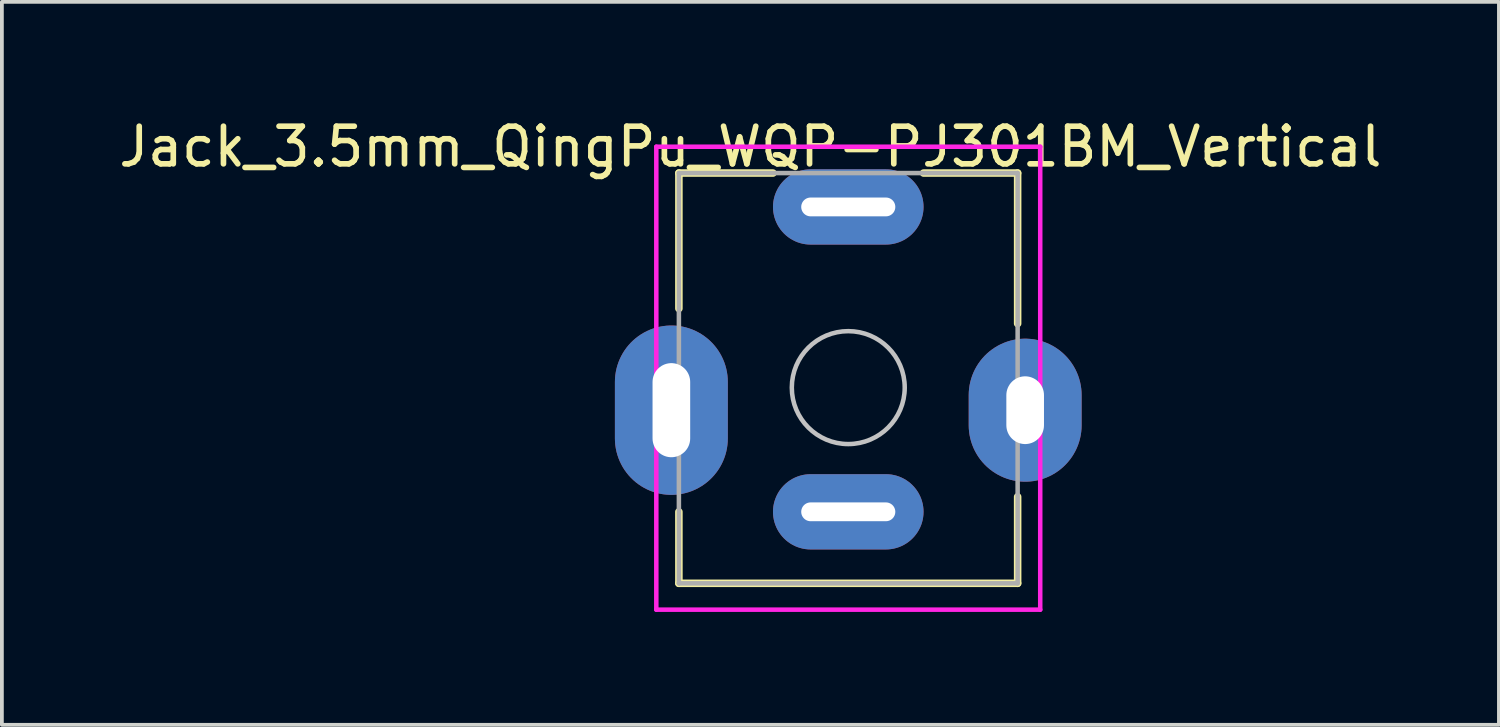
<source format=kicad_pcb>
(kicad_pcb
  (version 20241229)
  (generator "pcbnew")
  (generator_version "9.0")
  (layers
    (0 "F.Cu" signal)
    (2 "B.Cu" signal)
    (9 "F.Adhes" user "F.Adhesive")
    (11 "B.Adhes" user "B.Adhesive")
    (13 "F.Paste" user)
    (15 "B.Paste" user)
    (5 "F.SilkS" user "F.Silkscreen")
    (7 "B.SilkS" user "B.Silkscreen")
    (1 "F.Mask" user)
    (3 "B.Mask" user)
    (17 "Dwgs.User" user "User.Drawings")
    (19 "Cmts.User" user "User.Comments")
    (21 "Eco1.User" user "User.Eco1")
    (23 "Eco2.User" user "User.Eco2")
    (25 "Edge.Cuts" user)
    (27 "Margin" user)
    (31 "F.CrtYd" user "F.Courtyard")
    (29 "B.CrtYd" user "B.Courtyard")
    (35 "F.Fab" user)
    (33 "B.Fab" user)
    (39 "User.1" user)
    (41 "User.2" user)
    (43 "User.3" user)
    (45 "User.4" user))
  (footprint "Jack_3.5mm_QingPu_WQP-PJ301BM_Vertical"
    (layer "F.Cu")
    (at 19.487 7.248)
    (property "Reference" "Jack_3.5mm_QingPu_WQP-PJ301BM_Vertical" (at -2.6 -6.4 0) (layer "F.SilkS") (effects (font (size 1 1) (thickness 0.15))))
    (attr through_hole)
    (fp_line (start -4.5 -5.7) (end -4.5 -2.1) (stroke (width 0.2) (type solid)) (layer "F.SilkS"))
    (fp_line (start -4.5 -5.7) (end -2 -5.7) (stroke (width 0.2) (type solid)) (layer "F.SilkS"))
    (fp_line (start -4.5 5.2) (end -4.5 3.3) (stroke (width 0.2) (type solid)) (layer "F.SilkS"))
    (fp_line (start -4.5 5.2) (end 4.5 5.2) (stroke (width 0.2) (type solid)) (layer "F.SilkS"))
    (fp_line (start 4.5 -5.7) (end 2 -5.7) (stroke (width 0.2) (type solid)) (layer "F.SilkS"))
    (fp_line (start 4.5 -5.7) (end 4.5 -1.7) (stroke (width 0.2) (type solid)) (layer "F.SilkS"))
    (fp_line (start 4.5 5.2) (end 4.5 2.9) (stroke (width 0.2) (type solid)) (layer "F.SilkS"))
    (fp_circle (center 0 0) (end 1.5 0) (stroke (width 0.12) (type solid)) (fill no) (layer "Dwgs.User"))
    (fp_line (start -5.1 -6.4) (end 5.1 -6.4) (stroke (width 0.12) (type solid)) (layer "F.CrtYd"))
    (fp_line (start -5.1 5.9) (end -5.1 -6.4) (stroke (width 0.12) (type solid)) (layer "F.CrtYd"))
    (fp_line (start 5.1 -6.4) (end 5.1 5.9) (stroke (width 0.12) (type solid)) (layer "F.CrtYd"))
    (fp_line (start 5.1 5.9) (end -5.1 5.9) (stroke (width 0.12) (type solid)) (layer "F.CrtYd"))
    (fp_line (start -4.5 -5.7) (end 4.5 -5.7) (stroke (width 0.12) (type solid)) (layer "F.Fab"))
    (fp_line (start -4.5 5.2) (end -4.5 -5.7) (stroke (width 0.12) (type solid)) (layer "F.Fab"))
    (fp_line (start 4.5 -5.7) (end 4.5 5.2) (stroke (width 0.12) (type solid)) (layer "F.Fab"))
    (fp_line (start 4.5 5.2) (end -4.5 5.2) (stroke (width 0.12) (type solid)) (layer "F.Fab"))
    (pad "S" thru_hole oval (at -4.7 0.6 90) (size 4.5 3) (drill oval 2.5 1) (layers "*.Cu" "*.Mask"))
    (pad "S" thru_hole oval (at 4.7 0.6 90) (size 3.8 3) (drill oval 1.8 1) (layers "*.Cu" "*.Mask"))
    (pad "T" thru_hole oval (at 0 -4.8) (size 4 2) (drill oval 2.5 0.5) (layers "*.Cu" "*.Mask"))
    (pad "TN" thru_hole oval (at 0 3.3) (size 4 2) (drill oval 2.5 0.5) (layers "*.Cu" "*.Mask")))
  (gr_rect
    (start -3 -3)
    (end 36.774 16.208)
    (stroke (width 0.1) (type default))
    (fill no)
    (layer "Edge.Cuts")))
</source>
